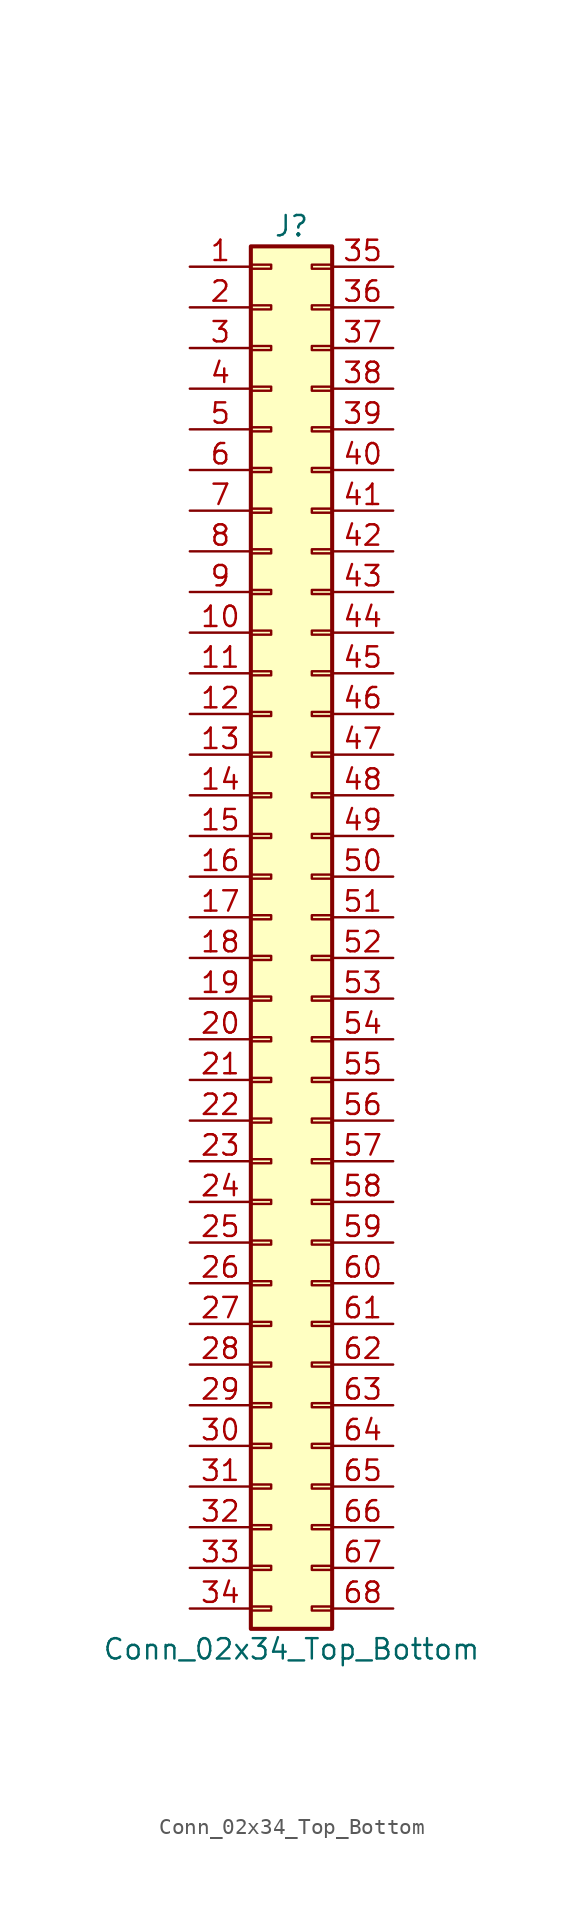
<source format=kicad_sym>
(kicad_symbol_lib
  (version 20220914)
  (generator kicad_symbol_editor)
  (symbol "Conn_02x34_Top_Bottom"
    (pin_names
      (offset 1.016) hide)
    (property "Reference" "J"
      (at 1.27 43.18 0)
      (effects (font (size 1.27 1.27))))
    (property "Value" "Conn_02x34_Top_Bottom"
      (at 1.27 -45.72 0)
      (effects (font (size 1.27 1.27))))
    (symbol "Conn_02x34_Top_Bottom_1_1"
      (rectangle (start -1.27 -43.053) (end 0 -43.307) (stroke (width 0.152) (type solid)) (fill (type none)))
      (rectangle (start -1.27 -40.513) (end 0 -40.767) (stroke (width 0.152) (type solid)) (fill (type none)))
      (rectangle (start -1.27 -37.973) (end 0 -38.227) (stroke (width 0.152) (type solid)) (fill (type none)))
      (rectangle (start -1.27 -35.433) (end 0 -35.687) (stroke (width 0.152) (type solid)) (fill (type none)))
      (rectangle (start -1.27 -32.893) (end 0 -33.147) (stroke (width 0.152) (type solid)) (fill (type none)))
      (rectangle (start -1.27 -30.353) (end 0 -30.607) (stroke (width 0.152) (type solid)) (fill (type none)))
      (rectangle (start -1.27 -27.813) (end 0 -28.067) (stroke (width 0.152) (type solid)) (fill (type none)))
      (rectangle (start -1.27 -25.273) (end 0 -25.527) (stroke (width 0.152) (type solid)) (fill (type none)))
      (rectangle (start -1.27 -22.733) (end 0 -22.987) (stroke (width 0.152) (type solid)) (fill (type none)))
      (rectangle (start -1.27 -20.193) (end 0 -20.447) (stroke (width 0.152) (type solid)) (fill (type none)))
      (rectangle (start -1.27 -17.653) (end 0 -17.907) (stroke (width 0.152) (type solid)) (fill (type none)))
      (rectangle (start -1.27 -15.113) (end 0 -15.367) (stroke (width 0.152) (type solid)) (fill (type none)))
      (rectangle (start -1.27 -12.573) (end 0 -12.827) (stroke (width 0.152) (type solid)) (fill (type none)))
      (rectangle (start -1.27 -10.033) (end 0 -10.287) (stroke (width 0.152) (type solid)) (fill (type none)))
      (rectangle (start -1.27 -7.493) (end 0 -7.747) (stroke (width 0.152) (type solid)) (fill (type none)))
      (rectangle (start -1.27 -4.953) (end 0 -5.207) (stroke (width 0.152) (type solid)) (fill (type none)))
      (rectangle (start -1.27 -2.413) (end 0 -2.667) (stroke (width 0.152) (type solid)) (fill (type none)))
      (rectangle (start -1.27 0.127) (end 0 -0.127) (stroke (width 0.152) (type solid)) (fill (type none)))
      (rectangle (start -1.27 2.667) (end 0 2.413) (stroke (width 0.152) (type solid)) (fill (type none)))
      (rectangle (start -1.27 5.207) (end 0 4.953) (stroke (width 0.152) (type solid)) (fill (type none)))
      (rectangle (start -1.27 7.747) (end 0 7.493) (stroke (width 0.152) (type solid)) (fill (type none)))
      (rectangle (start -1.27 10.287) (end 0 10.033) (stroke (width 0.152) (type solid)) (fill (type none)))
      (rectangle (start -1.27 12.827) (end 0 12.573) (stroke (width 0.152) (type solid)) (fill (type none)))
      (rectangle (start -1.27 15.367) (end 0 15.113) (stroke (width 0.152) (type solid)) (fill (type none)))
      (rectangle (start -1.27 17.907) (end 0 17.653) (stroke (width 0.152) (type solid)) (fill (type none)))
      (rectangle (start -1.27 20.447) (end 0 20.193) (stroke (width 0.152) (type solid)) (fill (type none)))
      (rectangle (start -1.27 22.987) (end 0 22.733) (stroke (width 0.152) (type solid)) (fill (type none)))
      (rectangle (start -1.27 25.527) (end 0 25.273) (stroke (width 0.152) (type solid)) (fill (type none)))
      (rectangle (start -1.27 28.067) (end 0 27.813) (stroke (width 0.152) (type solid)) (fill (type none)))
      (rectangle (start -1.27 30.607) (end 0 30.353) (stroke (width 0.152) (type solid)) (fill (type none)))
      (rectangle (start -1.27 33.147) (end 0 32.893) (stroke (width 0.152) (type solid)) (fill (type none)))
      (rectangle (start -1.27 35.687) (end 0 35.433) (stroke (width 0.152) (type solid)) (fill (type none)))
      (rectangle (start -1.27 38.227) (end 0 37.973) (stroke (width 0.152) (type solid)) (fill (type none)))
      (rectangle (start -1.27 40.767) (end 0 40.513) (stroke (width 0.152) (type solid)) (fill (type none)))
      (rectangle (start -1.27 41.91) (end 3.81 -44.45) (stroke (width 0.254) (type solid)) (fill (type background)))
      (rectangle (start 3.81 -43.053) (end 2.54 -43.307) (stroke (width 0.152) (type solid)) (fill (type none)))
      (rectangle (start 3.81 -40.513) (end 2.54 -40.767) (stroke (width 0.152) (type solid)) (fill (type none)))
      (rectangle (start 3.81 -37.973) (end 2.54 -38.227) (stroke (width 0.152) (type solid)) (fill (type none)))
      (rectangle (start 3.81 -35.433) (end 2.54 -35.687) (stroke (width 0.152) (type solid)) (fill (type none)))
      (rectangle (start 3.81 -32.893) (end 2.54 -33.147) (stroke (width 0.152) (type solid)) (fill (type none)))
      (rectangle (start 3.81 -30.353) (end 2.54 -30.607) (stroke (width 0.152) (type solid)) (fill (type none)))
      (rectangle (start 3.81 -27.813) (end 2.54 -28.067) (stroke (width 0.152) (type solid)) (fill (type none)))
      (rectangle (start 3.81 -25.273) (end 2.54 -25.527) (stroke (width 0.152) (type solid)) (fill (type none)))
      (rectangle (start 3.81 -22.733) (end 2.54 -22.987) (stroke (width 0.152) (type solid)) (fill (type none)))
      (rectangle (start 3.81 -20.193) (end 2.54 -20.447) (stroke (width 0.152) (type solid)) (fill (type none)))
      (rectangle (start 3.81 -17.653) (end 2.54 -17.907) (stroke (width 0.152) (type solid)) (fill (type none)))
      (rectangle (start 3.81 -15.113) (end 2.54 -15.367) (stroke (width 0.152) (type solid)) (fill (type none)))
      (rectangle (start 3.81 -12.573) (end 2.54 -12.827) (stroke (width 0.152) (type solid)) (fill (type none)))
      (rectangle (start 3.81 -10.033) (end 2.54 -10.287) (stroke (width 0.152) (type solid)) (fill (type none)))
      (rectangle (start 3.81 -7.493) (end 2.54 -7.747) (stroke (width 0.152) (type solid)) (fill (type none)))
      (rectangle (start 3.81 -4.953) (end 2.54 -5.207) (stroke (width 0.152) (type solid)) (fill (type none)))
      (rectangle (start 3.81 -2.413) (end 2.54 -2.667) (stroke (width 0.152) (type solid)) (fill (type none)))
      (rectangle (start 3.81 0.127) (end 2.54 -0.127) (stroke (width 0.152) (type solid)) (fill (type none)))
      (rectangle (start 3.81 2.667) (end 2.54 2.413) (stroke (width 0.152) (type solid)) (fill (type none)))
      (rectangle (start 3.81 5.207) (end 2.54 4.953) (stroke (width 0.152) (type solid)) (fill (type none)))
      (rectangle (start 3.81 7.747) (end 2.54 7.493) (stroke (width 0.152) (type solid)) (fill (type none)))
      (rectangle (start 3.81 10.287) (end 2.54 10.033) (stroke (width 0.152) (type solid)) (fill (type none)))
      (rectangle (start 3.81 12.827) (end 2.54 12.573) (stroke (width 0.152) (type solid)) (fill (type none)))
      (rectangle (start 3.81 15.367) (end 2.54 15.113) (stroke (width 0.152) (type solid)) (fill (type none)))
      (rectangle (start 3.81 17.907) (end 2.54 17.653) (stroke (width 0.152) (type solid)) (fill (type none)))
      (rectangle (start 3.81 20.447) (end 2.54 20.193) (stroke (width 0.152) (type solid)) (fill (type none)))
      (rectangle (start 3.81 22.987) (end 2.54 22.733) (stroke (width 0.152) (type solid)) (fill (type none)))
      (rectangle (start 3.81 25.527) (end 2.54 25.273) (stroke (width 0.152) (type solid)) (fill (type none)))
      (rectangle (start 3.81 28.067) (end 2.54 27.813) (stroke (width 0.152) (type solid)) (fill (type none)))
      (rectangle (start 3.81 30.607) (end 2.54 30.353) (stroke (width 0.152) (type solid)) (fill (type none)))
      (rectangle (start 3.81 33.147) (end 2.54 32.893) (stroke (width 0.152) (type solid)) (fill (type none)))
      (rectangle (start 3.81 35.687) (end 2.54 35.433) (stroke (width 0.152) (type solid)) (fill (type none)))
      (rectangle (start 3.81 38.227) (end 2.54 37.973) (stroke (width 0.152) (type solid)) (fill (type none)))
      (rectangle (start 3.81 40.767) (end 2.54 40.513) (stroke (width 0.152) (type solid)) (fill (type none)))
      (pin passive line (at -5.08 40.64 0) (length 3.81) (name "Pin_1" (effects (font (size 1.27 1.27)))) (number "1" (effects (font (size 1.27 1.27)))))
      (pin passive line (at -5.08 17.78 0) (length 3.81) (name "Pin_10" (effects (font (size 1.27 1.27)))) (number "10" (effects (font (size 1.27 1.27)))))
      (pin passive line (at -5.08 15.24 0) (length 3.81) (name "Pin_11" (effects (font (size 1.27 1.27)))) (number "11" (effects (font (size 1.27 1.27)))))
      (pin passive line (at -5.08 12.7 0) (length 3.81) (name "Pin_12" (effects (font (size 1.27 1.27)))) (number "12" (effects (font (size 1.27 1.27)))))
      (pin passive line (at -5.08 10.16 0) (length 3.81) (name "Pin_13" (effects (font (size 1.27 1.27)))) (number "13" (effects (font (size 1.27 1.27)))))
      (pin passive line (at -5.08 7.62 0) (length 3.81) (name "Pin_14" (effects (font (size 1.27 1.27)))) (number "14" (effects (font (size 1.27 1.27)))))
      (pin passive line (at -5.08 5.08 0) (length 3.81) (name "Pin_15" (effects (font (size 1.27 1.27)))) (number "15" (effects (font (size 1.27 1.27)))))
      (pin passive line (at -5.08 2.54 0) (length 3.81) (name "Pin_16" (effects (font (size 1.27 1.27)))) (number "16" (effects (font (size 1.27 1.27)))))
      (pin passive line (at -5.08 0 0) (length 3.81) (name "Pin_17" (effects (font (size 1.27 1.27)))) (number "17" (effects (font (size 1.27 1.27)))))
      (pin passive line (at -5.08 -2.54 0) (length 3.81) (name "Pin_18" (effects (font (size 1.27 1.27)))) (number "18" (effects (font (size 1.27 1.27)))))
      (pin passive line (at -5.08 -5.08 0) (length 3.81) (name "Pin_19" (effects (font (size 1.27 1.27)))) (number "19" (effects (font (size 1.27 1.27)))))
      (pin passive line (at -5.08 38.1 0) (length 3.81) (name "Pin_2" (effects (font (size 1.27 1.27)))) (number "2" (effects (font (size 1.27 1.27)))))
      (pin passive line (at -5.08 -7.62 0) (length 3.81) (name "Pin_20" (effects (font (size 1.27 1.27)))) (number "20" (effects (font (size 1.27 1.27)))))
      (pin passive line (at -5.08 -10.16 0) (length 3.81) (name "Pin_21" (effects (font (size 1.27 1.27)))) (number "21" (effects (font (size 1.27 1.27)))))
      (pin passive line (at -5.08 -12.7 0) (length 3.81) (name "Pin_22" (effects (font (size 1.27 1.27)))) (number "22" (effects (font (size 1.27 1.27)))))
      (pin passive line (at -5.08 -15.24 0) (length 3.81) (name "Pin_23" (effects (font (size 1.27 1.27)))) (number "23" (effects (font (size 1.27 1.27)))))
      (pin passive line (at -5.08 -17.78 0) (length 3.81) (name "Pin_24" (effects (font (size 1.27 1.27)))) (number "24" (effects (font (size 1.27 1.27)))))
      (pin passive line (at -5.08 -20.32 0) (length 3.81) (name "Pin_25" (effects (font (size 1.27 1.27)))) (number "25" (effects (font (size 1.27 1.27)))))
      (pin passive line (at -5.08 -22.86 0) (length 3.81) (name "Pin_26" (effects (font (size 1.27 1.27)))) (number "26" (effects (font (size 1.27 1.27)))))
      (pin passive line (at -5.08 -25.4 0) (length 3.81) (name "Pin_27" (effects (font (size 1.27 1.27)))) (number "27" (effects (font (size 1.27 1.27)))))
      (pin passive line (at -5.08 -27.94 0) (length 3.81) (name "Pin_28" (effects (font (size 1.27 1.27)))) (number "28" (effects (font (size 1.27 1.27)))))
      (pin passive line (at -5.08 -30.48 0) (length 3.81) (name "Pin_29" (effects (font (size 1.27 1.27)))) (number "29" (effects (font (size 1.27 1.27)))))
      (pin passive line (at -5.08 35.56 0) (length 3.81) (name "Pin_3" (effects (font (size 1.27 1.27)))) (number "3" (effects (font (size 1.27 1.27)))))
      (pin passive line (at -5.08 -33.02 0) (length 3.81) (name "Pin_30" (effects (font (size 1.27 1.27)))) (number "30" (effects (font (size 1.27 1.27)))))
      (pin passive line (at -5.08 -35.56 0) (length 3.81) (name "Pin_31" (effects (font (size 1.27 1.27)))) (number "31" (effects (font (size 1.27 1.27)))))
      (pin passive line (at -5.08 -38.1 0) (length 3.81) (name "Pin_32" (effects (font (size 1.27 1.27)))) (number "32" (effects (font (size 1.27 1.27)))))
      (pin passive line (at -5.08 -40.64 0) (length 3.81) (name "Pin_33" (effects (font (size 1.27 1.27)))) (number "33" (effects (font (size 1.27 1.27)))))
      (pin passive line (at -5.08 -43.18 0) (length 3.81) (name "Pin_34" (effects (font (size 1.27 1.27)))) (number "34" (effects (font (size 1.27 1.27)))))
      (pin passive line (at 7.62 40.64 180) (length 3.81) (name "Pin_35" (effects (font (size 1.27 1.27)))) (number "35" (effects (font (size 1.27 1.27)))))
      (pin passive line (at 7.62 38.1 180) (length 3.81) (name "Pin_36" (effects (font (size 1.27 1.27)))) (number "36" (effects (font (size 1.27 1.27)))))
      (pin passive line (at 7.62 35.56 180) (length 3.81) (name "Pin_37" (effects (font (size 1.27 1.27)))) (number "37" (effects (font (size 1.27 1.27)))))
      (pin passive line (at 7.62 33.02 180) (length 3.81) (name "Pin_38" (effects (font (size 1.27 1.27)))) (number "38" (effects (font (size 1.27 1.27)))))
      (pin passive line (at 7.62 30.48 180) (length 3.81) (name "Pin_39" (effects (font (size 1.27 1.27)))) (number "39" (effects (font (size 1.27 1.27)))))
      (pin passive line (at -5.08 33.02 0) (length 3.81) (name "Pin_4" (effects (font (size 1.27 1.27)))) (number "4" (effects (font (size 1.27 1.27)))))
      (pin passive line (at 7.62 27.94 180) (length 3.81) (name "Pin_40" (effects (font (size 1.27 1.27)))) (number "40" (effects (font (size 1.27 1.27)))))
      (pin passive line (at 7.62 25.4 180) (length 3.81) (name "Pin_41" (effects (font (size 1.27 1.27)))) (number "41" (effects (font (size 1.27 1.27)))))
      (pin passive line (at 7.62 22.86 180) (length 3.81) (name "Pin_42" (effects (font (size 1.27 1.27)))) (number "42" (effects (font (size 1.27 1.27)))))
      (pin passive line (at 7.62 20.32 180) (length 3.81) (name "Pin_43" (effects (font (size 1.27 1.27)))) (number "43" (effects (font (size 1.27 1.27)))))
      (pin passive line (at 7.62 17.78 180) (length 3.81) (name "Pin_44" (effects (font (size 1.27 1.27)))) (number "44" (effects (font (size 1.27 1.27)))))
      (pin passive line (at 7.62 15.24 180) (length 3.81) (name "Pin_45" (effects (font (size 1.27 1.27)))) (number "45" (effects (font (size 1.27 1.27)))))
      (pin passive line (at 7.62 12.7 180) (length 3.81) (name "Pin_46" (effects (font (size 1.27 1.27)))) (number "46" (effects (font (size 1.27 1.27)))))
      (pin passive line (at 7.62 10.16 180) (length 3.81) (name "Pin_47" (effects (font (size 1.27 1.27)))) (number "47" (effects (font (size 1.27 1.27)))))
      (pin passive line (at 7.62 7.62 180) (length 3.81) (name "Pin_48" (effects (font (size 1.27 1.27)))) (number "48" (effects (font (size 1.27 1.27)))))
      (pin passive line (at 7.62 5.08 180) (length 3.81) (name "Pin_49" (effects (font (size 1.27 1.27)))) (number "49" (effects (font (size 1.27 1.27)))))
      (pin passive line (at -5.08 30.48 0) (length 3.81) (name "Pin_5" (effects (font (size 1.27 1.27)))) (number "5" (effects (font (size 1.27 1.27)))))
      (pin passive line (at 7.62 2.54 180) (length 3.81) (name "Pin_50" (effects (font (size 1.27 1.27)))) (number "50" (effects (font (size 1.27 1.27)))))
      (pin passive line (at 7.62 0 180) (length 3.81) (name "Pin_51" (effects (font (size 1.27 1.27)))) (number "51" (effects (font (size 1.27 1.27)))))
      (pin passive line (at 7.62 -2.54 180) (length 3.81) (name "Pin_52" (effects (font (size 1.27 1.27)))) (number "52" (effects (font (size 1.27 1.27)))))
      (pin passive line (at 7.62 -5.08 180) (length 3.81) (name "Pin_53" (effects (font (size 1.27 1.27)))) (number "53" (effects (font (size 1.27 1.27)))))
      (pin passive line (at 7.62 -7.62 180) (length 3.81) (name "Pin_54" (effects (font (size 1.27 1.27)))) (number "54" (effects (font (size 1.27 1.27)))))
      (pin passive line (at 7.62 -10.16 180) (length 3.81) (name "Pin_55" (effects (font (size 1.27 1.27)))) (number "55" (effects (font (size 1.27 1.27)))))
      (pin passive line (at 7.62 -12.7 180) (length 3.81) (name "Pin_56" (effects (font (size 1.27 1.27)))) (number "56" (effects (font (size 1.27 1.27)))))
      (pin passive line (at 7.62 -15.24 180) (length 3.81) (name "Pin_57" (effects (font (size 1.27 1.27)))) (number "57" (effects (font (size 1.27 1.27)))))
      (pin passive line (at 7.62 -17.78 180) (length 3.81) (name "Pin_58" (effects (font (size 1.27 1.27)))) (number "58" (effects (font (size 1.27 1.27)))))
      (pin passive line (at 7.62 -20.32 180) (length 3.81) (name "Pin_59" (effects (font (size 1.27 1.27)))) (number "59" (effects (font (size 1.27 1.27)))))
      (pin passive line (at -5.08 27.94 0) (length 3.81) (name "Pin_6" (effects (font (size 1.27 1.27)))) (number "6" (effects (font (size 1.27 1.27)))))
      (pin passive line (at 7.62 -22.86 180) (length 3.81) (name "Pin_60" (effects (font (size 1.27 1.27)))) (number "60" (effects (font (size 1.27 1.27)))))
      (pin passive line (at 7.62 -25.4 180) (length 3.81) (name "Pin_61" (effects (font (size 1.27 1.27)))) (number "61" (effects (font (size 1.27 1.27)))))
      (pin passive line (at 7.62 -27.94 180) (length 3.81) (name "Pin_62" (effects (font (size 1.27 1.27)))) (number "62" (effects (font (size 1.27 1.27)))))
      (pin passive line (at 7.62 -30.48 180) (length 3.81) (name "Pin_63" (effects (font (size 1.27 1.27)))) (number "63" (effects (font (size 1.27 1.27)))))
      (pin passive line (at 7.62 -33.02 180) (length 3.81) (name "Pin_64" (effects (font (size 1.27 1.27)))) (number "64" (effects (font (size 1.27 1.27)))))
      (pin passive line (at 7.62 -35.56 180) (length 3.81) (name "Pin_65" (effects (font (size 1.27 1.27)))) (number "65" (effects (font (size 1.27 1.27)))))
      (pin passive line (at 7.62 -38.1 180) (length 3.81) (name "Pin_66" (effects (font (size 1.27 1.27)))) (number "66" (effects (font (size 1.27 1.27)))))
      (pin passive line (at 7.62 -40.64 180) (length 3.81) (name "Pin_67" (effects (font (size 1.27 1.27)))) (number "67" (effects (font (size 1.27 1.27)))))
      (pin passive line (at 7.62 -43.18 180) (length 3.81) (name "Pin_68" (effects (font (size 1.27 1.27)))) (number "68" (effects (font (size 1.27 1.27)))))
      (pin passive line (at -5.08 25.4 0) (length 3.81) (name "Pin_7" (effects (font (size 1.27 1.27)))) (number "7" (effects (font (size 1.27 1.27)))))
      (pin passive line (at -5.08 22.86 0) (length 3.81) (name "Pin_8" (effects (font (size 1.27 1.27)))) (number "8" (effects (font (size 1.27 1.27)))))
      (pin passive line (at -5.08 20.32 0) (length 3.81) (name "Pin_9" (effects (font (size 1.27 1.27)))) (number "9" (effects (font (size 1.27 1.27))))))))
</source>
